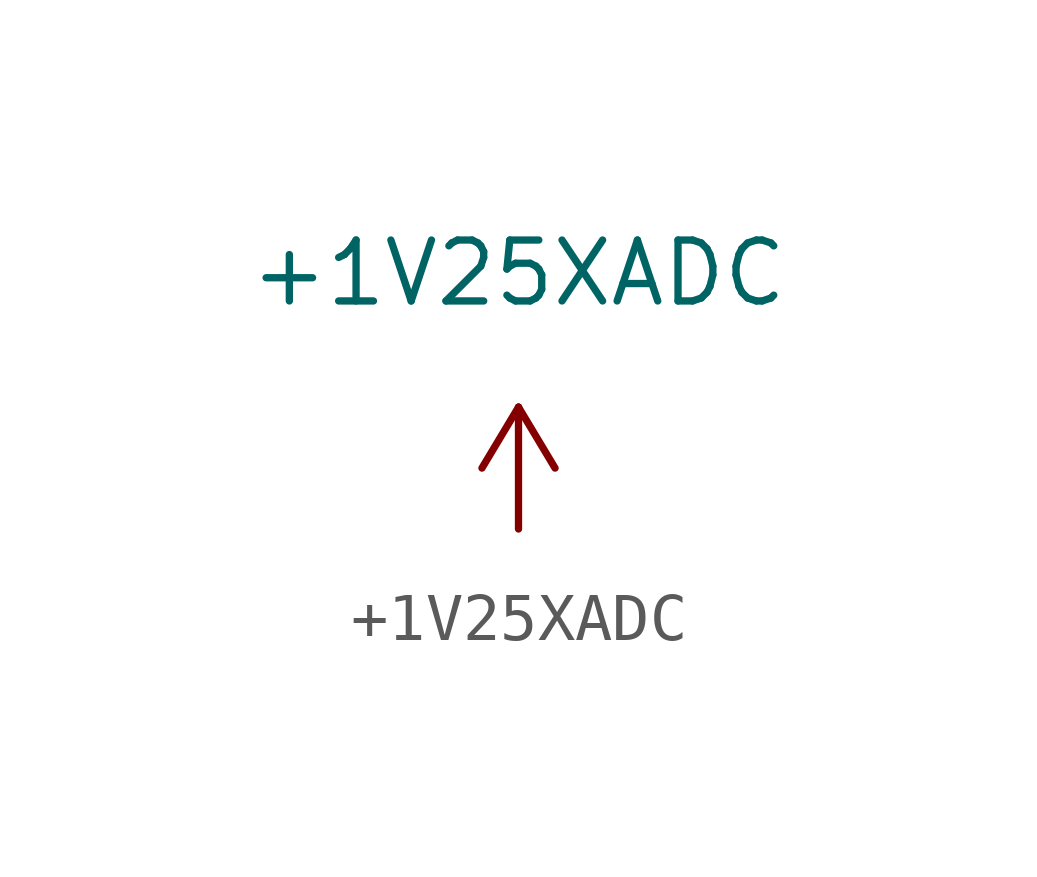
<source format=kicad_sym>
(kicad_symbol_lib
  (version 20220914)
  (generator kicad_symbol_editor)
  (symbol "+1V25XADC"
    (power)
    (pin_names
      (offset 0))
    (property "Reference" "#PWR1V25XADC"
      (at 0 -3.81 0)
      (effects (font (size 1.27 1.27)) hide))
    (property "Value" "+1V25XADC"
      (at 0 5.334 0)
      (effects (font (size 1.27 1.27))))
    (symbol "+1V25XADC_0_1"
      (polyline (pts (xy -0.762 1.27) (xy 0 2.54)) (stroke (width 0) (type default)) (fill (type none)))
      (polyline (pts (xy 0 0) (xy 0 2.54)) (stroke (width 0) (type default)) (fill (type none)))
      (polyline (pts (xy 0 2.54) (xy 0.762 1.27)) (stroke (width 0) (type default)) (fill (type none))))
    (symbol "+1V25XADC_1_1"
      (pin power_in line (at 0 0 90) (length 0) hide (name "+1V25_XADC" (effects (font (size 1.27 1.27)))) (number "1" (effects (font (size 1.27 1.27))))))))
</source>
